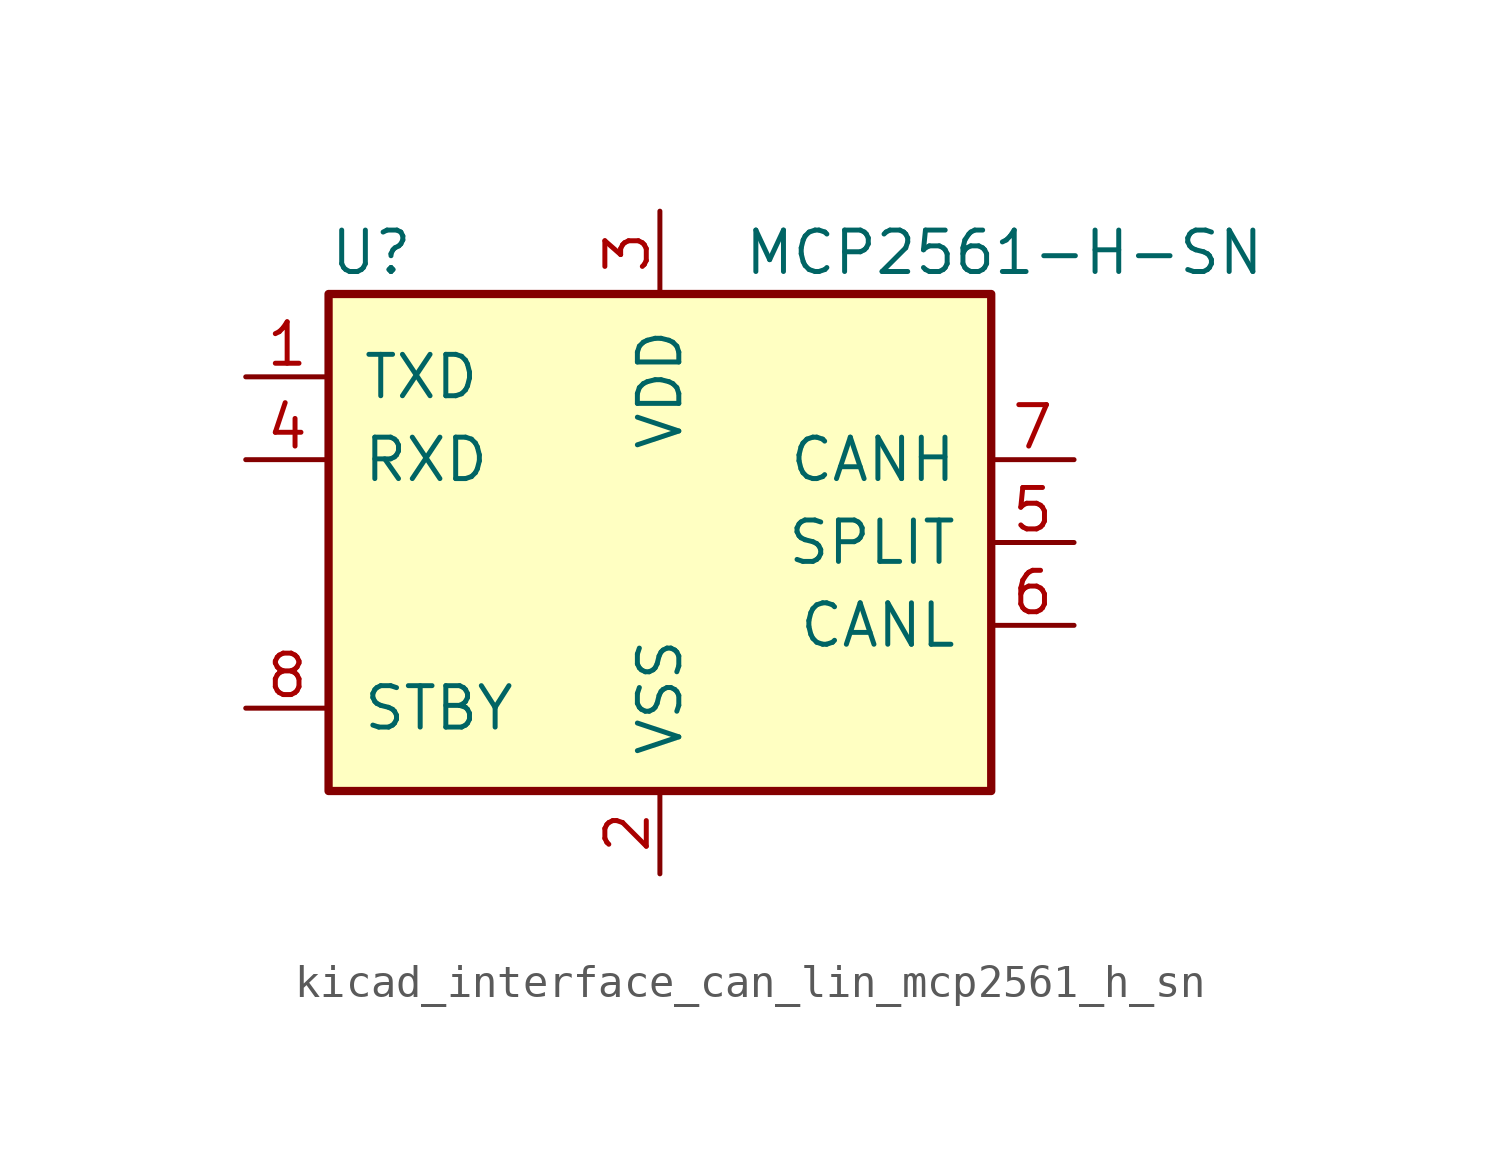
<source format=kicad_sym>
(kicad_symbol_lib
  (version 20220914)
  (generator kicad_symbol_editor)
  (symbol "kicad_interface_can_lin_mcp2561_h_sn"
    (pin_names
      (offset 1.016))
    (property "Reference" "U"
      (at -10.16 8.89 0)
      (effects (font (size 1.27 1.27)) (justify left)))
    (property "Value" "MCP2561-H-SN"
      (at 2.54 8.89 0)
      (effects (font (size 1.27 1.27)) (justify left)))
    (symbol "kicad_interface_can_lin_mcp2561_h_sn_0_1"
      (rectangle (start -10.16 7.62) (end 10.16 -7.62) (stroke (width 0.254) (type default)) (fill (type background))))
    (symbol "kicad_interface_can_lin_mcp2561_h_sn_1_1"
      (pin input line (at -12.7 5.08 0) (length 2.54) (name "TXD" (effects (font (size 1.27 1.27)))) (number "1" (effects (font (size 1.27 1.27)))))
      (pin power_in line (at 0 -10.16 90) (length 2.54) (name "VSS" (effects (font (size 1.27 1.27)))) (number "2" (effects (font (size 1.27 1.27)))))
      (pin power_in line (at 0 10.16 270) (length 2.54) (name "VDD" (effects (font (size 1.27 1.27)))) (number "3" (effects (font (size 1.27 1.27)))))
      (pin output line (at -12.7 2.54 0) (length 2.54) (name "RXD" (effects (font (size 1.27 1.27)))) (number "4" (effects (font (size 1.27 1.27)))))
      (pin passive line (at 12.7 0 180) (length 2.54) (name "SPLIT" (effects (font (size 1.27 1.27)))) (number "5" (effects (font (size 1.27 1.27)))))
      (pin bidirectional line (at 12.7 -2.54 180) (length 2.54) (name "CANL" (effects (font (size 1.27 1.27)))) (number "6" (effects (font (size 1.27 1.27)))))
      (pin bidirectional line (at 12.7 2.54 180) (length 2.54) (name "CANH" (effects (font (size 1.27 1.27)))) (number "7" (effects (font (size 1.27 1.27)))))
      (pin input line (at -12.7 -5.08 0) (length 2.54) (name "STBY" (effects (font (size 1.27 1.27)))) (number "8" (effects (font (size 1.27 1.27))))))))
</source>
